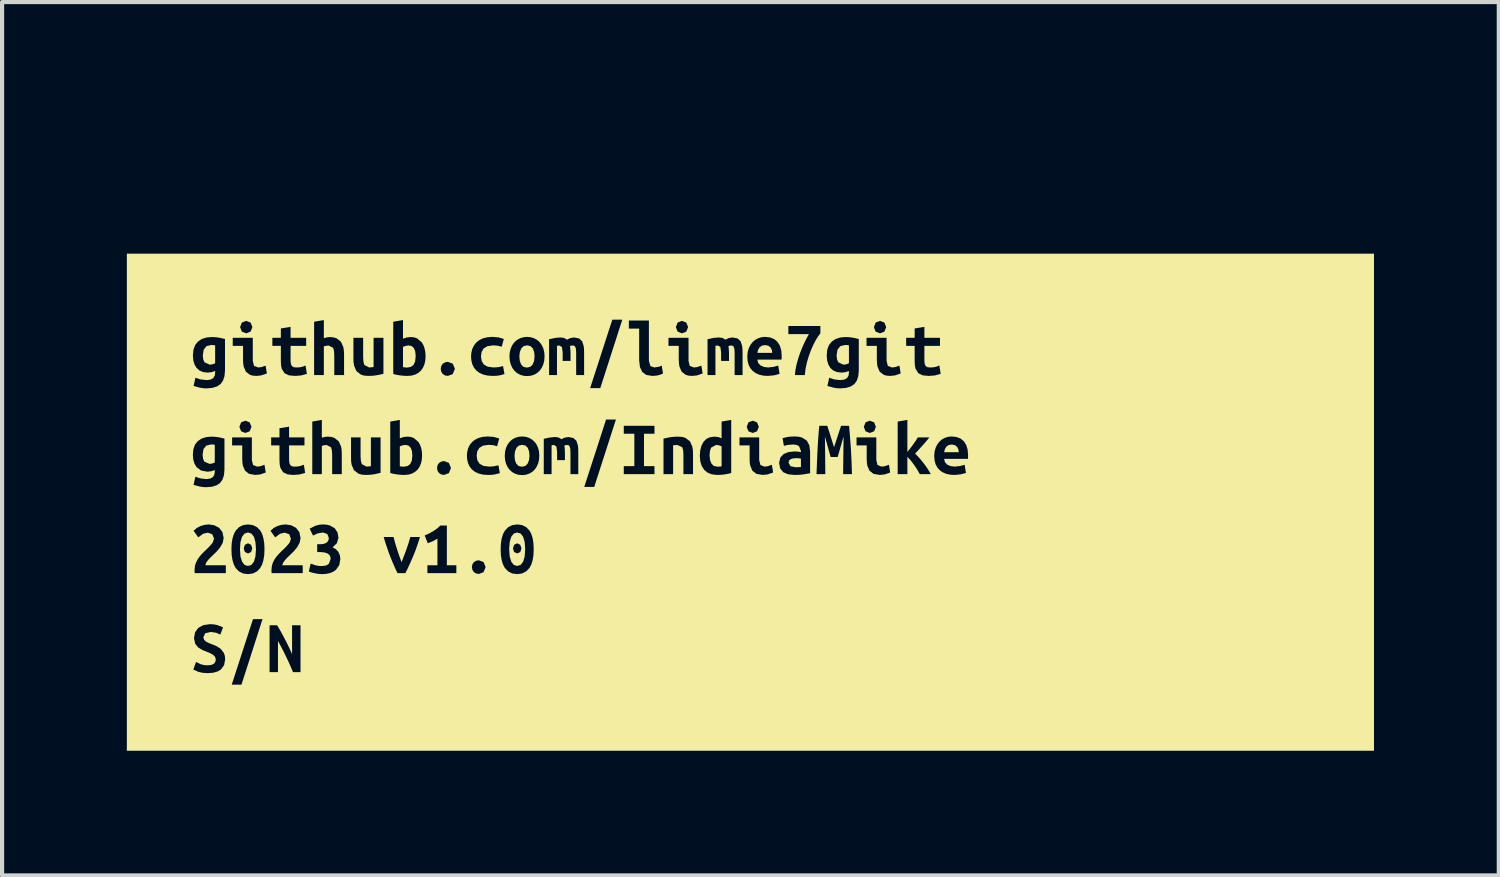
<source format=kicad_pcb>
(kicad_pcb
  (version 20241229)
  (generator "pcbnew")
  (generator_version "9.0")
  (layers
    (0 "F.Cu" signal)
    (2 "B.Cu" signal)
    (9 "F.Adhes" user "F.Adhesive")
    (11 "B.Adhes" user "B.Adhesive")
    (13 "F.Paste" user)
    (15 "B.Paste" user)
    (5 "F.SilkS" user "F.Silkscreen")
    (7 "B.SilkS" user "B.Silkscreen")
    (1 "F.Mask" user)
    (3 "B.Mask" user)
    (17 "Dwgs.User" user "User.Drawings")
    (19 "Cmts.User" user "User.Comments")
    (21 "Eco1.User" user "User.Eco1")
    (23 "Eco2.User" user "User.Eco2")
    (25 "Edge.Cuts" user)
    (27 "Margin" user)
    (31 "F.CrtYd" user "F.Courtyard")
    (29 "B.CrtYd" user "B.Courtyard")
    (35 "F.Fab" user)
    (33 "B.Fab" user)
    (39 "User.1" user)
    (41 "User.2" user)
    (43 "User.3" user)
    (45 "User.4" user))
  (footprint "kibuzzard-645FAD74"
    (layer "F.Cu")
    (at 14.994 9.025)
    (property "Reference" "kibuzzard-645FAD74" (at 0 -9.024 0) (layer "F.SilkS") (effects (font (size 0.001 0.001) (thickness 0.15))))
    (attr board_only exclude_from_pos_files exclude_from_bom)
    (fp_poly (pts (xy 0.525 -3.59) (xy 0.516 -3.659) (xy 0.485 -3.719) (xy 0.432 -3.762) (xy 0.352 -3.778) (xy 0.273 -3.763) (xy 0.218 -3.721) (xy 0.183 -3.66) (xy 0.167 -3.59) (xy 0.525 -3.59)) (stroke (width 0) (type solid)) (fill yes) (layer "F.SilkS"))
    (fp_poly (pts (xy 5.011 -1.201) (xy 5.001 -1.269) (xy 4.971 -1.328) (xy 4.919 -1.371) (xy 4.84 -1.387) (xy 4.762 -1.372) (xy 4.707 -1.33) (xy 4.674 -1.27) (xy 4.658 -1.201) (xy 5.011 -1.201)) (stroke (width 0) (type solid)) (fill yes) (layer "F.SilkS"))
    (fp_poly (pts (xy -13.172 -1.144) (xy -13.162 -1.048) (xy -13.133 -0.978) (xy -13.009 -0.921) (xy -12.939 -0.93) (xy -12.88 -0.955) (xy -12.88 -1.379) (xy -12.926 -1.387) (xy -12.97 -1.388) (xy -13.082 -1.361) (xy -13.15 -1.28) (xy -13.172 -1.144)) (stroke (width 0) (type solid)) (fill yes) (layer "F.SilkS"))
    (fp_poly (pts (xy -13.168 -3.533) (xy -13.158 -3.435) (xy -13.128 -3.364) (xy -13.002 -3.306) (xy -12.931 -3.316) (xy -12.871 -3.34) (xy -12.871 -3.771) (xy -12.918 -3.778) (xy -12.962 -3.78) (xy -13.076 -3.753) (xy -13.145 -3.67) (xy -13.168 -3.533)) (stroke (width 0) (type solid)) (fill yes) (layer "F.SilkS"))
    (fp_poly (pts (xy 1.079 -0.84) (xy 1.152 -0.841) (xy 1.214 -0.846) (xy 1.214 -1.049) (xy 1.159 -1.055) (xy 1.101 -1.058) (xy 1.032 -1.053) (xy 0.973 -1.037) (xy 0.932 -1.006) (xy 0.917 -0.951) (xy 0.962 -0.866) (xy 1.079 -0.84)) (stroke (width 0) (type solid)) (fill yes) (layer "F.SilkS"))
    (fp_poly (pts (xy 2.072 -3.533) (xy 2.082 -3.435) (xy 2.112 -3.364) (xy 2.238 -3.306) (xy 2.309 -3.316) (xy 2.369 -3.34) (xy 2.369 -3.771) (xy 2.322 -3.778) (xy 2.278 -3.78) (xy 2.164 -3.753) (xy 2.095 -3.67) (xy 2.072 -3.533)) (stroke (width 0) (type solid)) (fill yes) (layer "F.SilkS"))
    (fp_poly (pts (xy -0.982 -1.122) (xy -0.971 -1.014) (xy -0.938 -0.929) (xy -0.881 -0.872) (xy -0.796 -0.854) (xy -0.744 -0.855) (xy -0.693 -0.861) (xy -0.693 -1.342) (xy -0.753 -1.367) (xy -0.825 -1.377) (xy -0.945 -1.311) (xy -0.973 -1.231) (xy -0.982 -1.122)) (stroke (width 0) (type solid)) (fill yes) (layer "F.SilkS"))
    (fp_poly (pts (xy -8.129 -1.122) (xy -8.139 -1.231) (xy -8.17 -1.311) (xy -8.221 -1.361) (xy -8.293 -1.377) (xy -8.367 -1.367) (xy -8.43 -1.342) (xy -8.43 -0.863) (xy -8.374 -0.855) (xy -8.324 -0.854) (xy -8.244 -0.869) (xy -8.182 -0.915) (xy -8.142 -0.997) (xy -8.129 -1.122)) (stroke (width 0) (type solid)) (fill yes) (layer "F.SilkS"))
    (fp_poly (pts (xy -8.049 -3.51) (xy -8.059 -3.621) (xy -8.09 -3.702) (xy -8.142 -3.752) (xy -8.215 -3.769) (xy -8.29 -3.758) (xy -8.354 -3.733) (xy -8.354 -3.247) (xy -8.298 -3.239) (xy -8.247 -3.237) (xy -8.165 -3.253) (xy -8.102 -3.299) (xy -8.062 -3.383) (xy -8.049 -3.51)) (stroke (width 0) (type solid)) (fill yes) (layer "F.SilkS"))
    (fp_poly (pts (xy -5.672 -1.116) (xy -5.662 -1.009) (xy -5.63 -0.925) (xy -5.575 -0.87) (xy -5.494 -0.852) (xy -5.415 -0.87) (xy -5.358 -0.925) (xy -5.324 -1.009) (xy -5.312 -1.116) (xy -5.323 -1.223) (xy -5.354 -1.307) (xy -5.409 -1.361) (xy -5.49 -1.379) (xy -5.569 -1.361) (xy -5.626 -1.307) (xy -5.661 -1.223) (xy -5.672 -1.116)) (stroke (width 0) (type solid)) (fill yes) (layer "F.SilkS"))
    (fp_poly (pts (xy -5.556 -3.504) (xy -5.545 -3.396) (xy -5.513 -3.31) (xy -5.457 -3.254) (xy -5.375 -3.236) (xy -5.294 -3.254) (xy -5.236 -3.31) (xy -5.201 -3.396) (xy -5.19 -3.504) (xy -5.2 -3.612) (xy -5.233 -3.698) (xy -5.289 -3.753) (xy -5.371 -3.771) (xy -5.451 -3.753) (xy -5.509 -3.698) (xy -5.544 -3.612) (xy -5.556 -3.504)) (stroke (width 0) (type solid)) (fill yes) (layer "F.SilkS"))
    (fp_poly (pts (xy -11.889 1.131) (xy -11.902 0.958) (xy -11.938 0.832) (xy -11.999 0.755) (xy -12.082 0.729) (xy -12.164 0.755) (xy -12.224 0.832) (xy -12.262 0.958) (xy -12.274 1.131) (xy -12.262 1.305) (xy -12.224 1.431) (xy -12.164 1.508) (xy -12.082 1.534) (xy -12.08 1.533) (xy -12.08 1.234) (xy -12.156 1.198) (xy -12.183 1.112) (xy -12.156 1.025) (xy -12.08 0.988) (xy -12.007 1.025) (xy -11.978 1.112) (xy -12.007 1.198) (xy -12.08 1.234) (xy -12.08 1.533) (xy -11.999 1.508) (xy -11.938 1.431) (xy -11.902 1.305) (xy -11.889 1.131)) (stroke (width 0) (type solid)) (fill yes) (layer "F.SilkS"))
    (fp_poly (pts (xy -5.416 1.131) (xy -5.428 0.958) (xy -5.465 0.832) (xy -5.525 0.755) (xy -5.608 0.729) (xy -5.69 0.755) (xy -5.751 0.832) (xy -5.788 0.958) (xy -5.801 1.131) (xy -5.788 1.305) (xy -5.751 1.431) (xy -5.69 1.508) (xy -5.608 1.534) (xy -5.607 1.533) (xy -5.607 1.234) (xy -5.682 1.198) (xy -5.71 1.112) (xy -5.682 1.025) (xy -5.607 0.988) (xy -5.534 1.025) (xy -5.505 1.112) (xy -5.534 1.198) (xy -5.607 1.234) (xy -5.607 1.533) (xy -5.525 1.508) (xy -5.465 1.431) (xy -5.428 1.305) (xy -5.416 1.131)) (stroke (width 0) (type solid)) (fill yes) (layer "F.SilkS"))
    (fp_poly (pts (xy -13.407 -5.976) (xy -14.994 -5.976) (xy -14.994 5.976) (xy -13.407 5.976) (xy -13.046 5.976) (xy -13.046 4.111) (xy -13.172 4.103) (xy -13.27 4.081) (xy -13.396 4.025) (xy -13.33 3.843) (xy -13.213 3.898) (xy -13.137 3.917) (xy -13.046 3.923) (xy -12.952 3.911) (xy -12.893 3.879) (xy -12.863 3.831) (xy -12.855 3.777) (xy -12.875 3.715) (xy -12.926 3.667) (xy -12.995 3.629) (xy -13.071 3.597) (xy -13.177 3.555) (xy -13.277 3.495) (xy -13.35 3.405) (xy -13.38 3.271) (xy -13.354 3.129) (xy -13.277 3.023) (xy -13.154 2.956) (xy -12.993 2.933) (xy -12.896 2.939) (xy -12.812 2.957) (xy -12.681 3.01) (xy -12.747 3.183) (xy -12.848 3.139) (xy -12.977 3.121) (xy -13.111 3.153) (xy -13.155 3.251) (xy -13.137 3.308) (xy -13.091 3.352) (xy -13.027 3.385) (xy -12.957 3.413) (xy -12.846 3.457) (xy -12.741 3.523) (xy -12.661 3.625) (xy -12.638 3.694) (xy -12.63 3.779) (xy -12.656 3.92) (xy -12.733 4.024) (xy -12.814 4.072) (xy -12.918 4.101) (xy -13.046 4.111) (xy -13.046 5.976) (xy -12.614 5.976) (xy -12.614 1.706) (xy -13.362 1.706) (xy -13.366 1.66) (xy -13.365 1.621) (xy -13.357 1.532) (xy -13.331 1.451) (xy -13.292 1.376) (xy -13.244 1.307) (xy -13.19 1.244) (xy -13.131 1.185) (xy -13.019 1.077) (xy -12.932 0.977) (xy -12.897 0.879) (xy -12.94 0.771) (xy -13.047 0.733) (xy -13.16 0.759) (xy -13.277 0.846) (xy -13.389 0.687) (xy -13.31 0.619) (xy -13.218 0.572) (xy -13.121 0.545) (xy -13.086 0.541) (xy -13.086 -0.36) (xy -13.167 -0.364) (xy -13.245 -0.377) (xy -13.39 -0.416) (xy -13.347 -0.611) (xy -13.232 -0.573) (xy -13.082 -0.555) (xy -12.983 -0.569) (xy -12.921 -0.608) (xy -12.889 -0.665) (xy -12.88 -0.735) (xy -12.88 -0.771) (xy -12.969 -0.743) (xy -13.056 -0.733) (xy -13.208 -0.761) (xy -13.318 -0.842) (xy -13.367 -0.924) (xy -13.397 -1.025) (xy -13.407 -1.144) (xy -13.394 -1.277) (xy -13.354 -1.386) (xy -13.287 -1.469) (xy -13.197 -1.529) (xy -13.088 -1.564) (xy -13.08 -1.565) (xy -13.08 -2.736) (xy -13.162 -2.741) (xy -13.241 -2.754) (xy -13.389 -2.794) (xy -13.345 -2.992) (xy -13.229 -2.953) (xy -13.076 -2.935) (xy -12.975 -2.949) (xy -12.913 -2.988) (xy -12.88 -3.046) (xy -12.871 -3.117) (xy -12.871 -3.154) (xy -12.961 -3.125) (xy -13.05 -3.116) (xy -13.157 -3.128) (xy -13.246 -3.165) (xy -13.316 -3.226) (xy -13.366 -3.309) (xy -13.396 -3.411) (xy -13.406 -3.533) (xy -13.392 -3.668) (xy -13.352 -3.777) (xy -13.284 -3.862) (xy -13.193 -3.923) (xy -13.083 -3.959) (xy -12.953 -3.971) (xy -12.852 -3.966) (xy -12.746 -3.95) (xy -12.634 -3.923) (xy -12.634 -3.165) (xy -12.646 -3.032) (xy -12.681 -2.924) (xy -12.74 -2.841) (xy -12.825 -2.783) (xy -12.938 -2.748) (xy -13.08 -2.736) (xy -13.08 -1.565) (xy -12.96 -1.576) (xy -12.861 -1.571) (xy -12.757 -1.555) (xy -12.647 -1.529) (xy -12.647 -0.782) (xy -12.658 -0.651) (xy -12.693 -0.544) (xy -12.751 -0.463) (xy -12.834 -0.406) (xy -12.946 -0.371) (xy -13.086 -0.36) (xy -13.086 0.541) (xy -13.025 0.535) (xy -12.89 0.556) (xy -12.775 0.617) (xy -12.696 0.719) (xy -12.666 0.863) (xy -12.688 0.976) (xy -12.748 1.083) (xy -12.831 1.183) (xy -12.925 1.275) (xy -12.981 1.328) (xy -13.04 1.391) (xy -13.087 1.456) (xy -13.106 1.517) (xy -12.614 1.517) (xy -12.614 1.706) (xy -12.614 5.976) (xy -12.238 5.976) (xy -12.238 4.388) (xy -12.472 4.388) (xy -12.082 3.185) (xy -12.082 1.73) (xy -12.201 1.714) (xy -12.3 1.664) (xy -12.378 1.582) (xy -12.422 1.498) (xy -12.454 1.395) (xy -12.473 1.273) (xy -12.479 1.131) (xy -12.473 0.99) (xy -12.453 0.869) (xy -12.421 0.767) (xy -12.376 0.683) (xy -12.297 0.601) (xy -12.199 0.552) (xy -12.082 0.535) (xy -11.963 0.552) (xy -11.904 0.581) (xy -11.904 -0.655) (xy -12.055 -0.681) (xy -12.152 -0.757) (xy -12.204 -0.878) (xy -12.215 -0.954) (xy -12.219 -1.041) (xy -12.219 -1.366) (xy -12.463 -1.366) (xy -12.463 -1.557) (xy -12.144 -1.557) (xy -12.144 -1.664) (xy -12.246 -1.704) (xy -12.288 -1.811) (xy -12.246 -1.92) (xy -12.144 -1.959) (xy -12.041 -1.92) (xy -11.997 -1.811) (xy -12.041 -1.704) (xy -12.144 -1.664) (xy -12.144 -1.557) (xy -11.988 -1.557) (xy -11.988 -1.011) (xy -11.959 -0.894) (xy -11.88 -0.862) (xy -11.88 -3.036) (xy -11.964 -3.042) (xy -12.033 -3.062) (xy -12.133 -3.139) (xy -12.185 -3.262) (xy -12.196 -3.34) (xy -12.2 -3.428) (xy -12.2 -3.758) (xy -12.448 -3.758) (xy -12.448 -3.952) (xy -12.124 -3.952) (xy -12.124 -4.06) (xy -12.228 -4.1) (xy -12.271 -4.209) (xy -12.228 -4.319) (xy -12.124 -4.359) (xy -12.019 -4.319) (xy -11.975 -4.209) (xy -12.019 -4.1) (xy -12.124 -4.06) (xy -12.124 -3.952) (xy -11.966 -3.952) (xy -11.966 -3.397) (xy -11.936 -3.278) (xy -11.838 -3.239) (xy -11.76 -3.248) (xy -11.657 -3.283) (xy -11.627 -3.095) (xy -11.763 -3.048) (xy -11.88 -3.036) (xy -11.88 -0.862) (xy -11.862 -0.855) (xy -11.785 -0.864) (xy -11.684 -0.899) (xy -11.654 -0.713) (xy -11.788 -0.667) (xy -11.904 -0.655) (xy -11.904 0.581) (xy -11.864 0.601) (xy -11.786 0.682) (xy -11.741 0.765) (xy -11.71 0.868) (xy -11.69 0.99) (xy -11.684 1.131) (xy -11.69 1.273) (xy -11.71 1.395) (xy -11.741 1.498) (xy -11.786 1.582) (xy -11.864 1.664) (xy -11.963 1.714) (xy -12.082 1.73) (xy -12.082 3.185) (xy -11.961 2.813) (xy -11.732 2.813) (xy -12.238 4.388) (xy -12.238 5.976) (xy -10.999 5.976) (xy -10.999 4.087) (xy -11.051 3.962) (xy -11.107 3.837) (xy -11.166 3.713) (xy -11.227 3.588) (xy -11.292 3.463) (xy -11.36 3.338) (xy -11.36 4.087) (xy -11.562 4.087) (xy -11.562 2.959) (xy -11.382 2.959) (xy -11.331 3.042) (xy -11.279 3.133) (xy -11.229 3.227) (xy -11.18 3.32) (xy -11.134 3.411) (xy -11.091 3.5) (xy -11.053 3.582) (xy -11.021 3.653) (xy -11.021 2.959) (xy -10.818 2.959) (xy -10.818 4.087) (xy -10.999 4.087) (xy -10.999 5.976) (xy -10.765 5.976) (xy -10.765 1.706) (xy -11.512 1.706) (xy -11.517 1.66) (xy -11.516 1.621) (xy -11.507 1.532) (xy -11.482 1.451) (xy -11.443 1.376) (xy -11.395 1.307) (xy -11.34 1.244) (xy -11.282 1.185) (xy -11.169 1.077) (xy -11.082 0.977) (xy -11.048 0.879) (xy -11.09 0.771) (xy -11.198 0.733) (xy -11.31 0.759) (xy -11.427 0.846) (xy -11.54 0.687) (xy -11.46 0.619) (xy -11.369 0.572) (xy -11.272 0.545) (xy -11.175 0.535) (xy -11.04 0.556) (xy -10.988 0.584) (xy -10.988 -0.655) (xy -11.13 -0.668) (xy -11.235 -0.718) (xy -11.301 -0.824) (xy -11.318 -0.903) (xy -11.324 -1.004) (xy -11.324 -1.366) (xy -11.524 -1.366) (xy -11.524 -1.557) (xy -11.324 -1.557) (xy -11.324 -1.779) (xy -11.093 -1.816) (xy -11.093 -1.557) (xy -10.95 -1.557) (xy -10.95 -3.036) (xy -11.095 -3.049) (xy -11.202 -3.1) (xy -11.269 -3.208) (xy -11.286 -3.288) (xy -11.291 -3.39) (xy -11.291 -3.758) (xy -11.495 -3.758) (xy -11.495 -3.952) (xy -11.291 -3.952) (xy -11.291 -4.177) (xy -11.057 -4.215) (xy -11.057 -3.952) (xy -10.682 -3.952) (xy -10.682 -3.758) (xy -11.057 -3.758) (xy -11.057 -3.396) (xy -11.048 -3.316) (xy -11.021 -3.268) (xy -10.979 -3.245) (xy -10.924 -3.239) (xy -10.864 -3.241) (xy -10.81 -3.248) (xy -10.757 -3.262) (xy -10.697 -3.287) (xy -10.665 -3.085) (xy -10.805 -3.047) (xy -10.95 -3.036) (xy -10.95 -1.557) (xy -10.723 -1.557) (xy -10.723 -1.366) (xy -11.093 -1.366) (xy -11.093 -1.009) (xy -11.083 -0.93) (xy -11.057 -0.884) (xy -11.016 -0.861) (xy -10.961 -0.855) (xy -10.902 -0.857) (xy -10.85 -0.864) (xy -10.797 -0.878) (xy -10.738 -0.902) (xy -10.706 -0.703) (xy -10.844 -0.666) (xy -10.988 -0.655) (xy -10.988 0.584) (xy -10.926 0.617) (xy -10.846 0.719) (xy -10.817 0.863) (xy -10.839 0.976) (xy -10.898 1.083) (xy -10.981 1.183) (xy -11.076 1.275) (xy -11.131 1.328) (xy -11.19 1.391) (xy -11.237 1.456) (xy -11.257 1.517) (xy -10.765 1.517) (xy -10.765 1.706) (xy -10.765 5.976) (xy -10.301 5.976) (xy -10.301 1.73) (xy -10.39 1.724) (xy -10.481 1.708) (xy -10.561 1.688) (xy -10.619 1.667) (xy -10.574 1.477) (xy -10.464 1.516) (xy -10.39 1.531) (xy -10.303 1.536) (xy -10.203 1.523) (xy -10.139 1.486) (xy -10.092 1.362) (xy -10.11 1.285) (xy -10.164 1.235) (xy -10.246 1.208) (xy -10.347 1.199) (xy -10.417 1.199) (xy -10.417 1.011) (xy -10.332 1.011) (xy -10.262 1.003) (xy -10.199 0.979) (xy -10.154 0.935) (xy -10.136 0.864) (xy -10.174 0.766) (xy -10.278 0.729) (xy -10.407 0.751) (xy -10.517 0.803) (xy -10.598 0.637) (xy -10.535 0.605) (xy -10.535 -0.675) (xy -10.535 -1.938) (xy -10.491 -1.946) (xy -10.491 -3.056) (xy -10.491 -4.339) (xy -10.257 -4.379) (xy -10.257 -3.944) (xy -10.188 -3.962) (xy -10.118 -3.971) (xy -10.027 -3.963) (xy -9.952 -3.941) (xy -9.846 -3.858) (xy -9.788 -3.728) (xy -9.776 -3.649) (xy -9.771 -3.561) (xy -9.771 -3.056) (xy -10.006 -3.056) (xy -10.006 -3.531) (xy -10.013 -3.639) (xy -10.034 -3.712) (xy -10.143 -3.767) (xy -10.207 -3.759) (xy -10.257 -3.746) (xy -10.257 -3.056) (xy -10.491 -3.056) (xy -10.491 -1.946) (xy -10.305 -1.978) (xy -10.305 -1.55) (xy -10.237 -1.568) (xy -10.167 -1.576) (xy -10.078 -1.569) (xy -10.004 -1.547) (xy -9.899 -1.464) (xy -9.843 -1.337) (xy -9.83 -1.259) (xy -9.826 -1.173) (xy -9.826 -0.675) (xy -10.057 -0.675) (xy -10.057 -1.143) (xy -10.064 -1.249) (xy -10.085 -1.321) (xy -10.192 -1.375) (xy -10.255 -1.368) (xy -10.305 -1.355) (xy -10.305 -0.675) (xy -10.535 -0.675) (xy -10.535 0.605) (xy -10.466 0.57) (xy -10.379 0.544) (xy -10.28 0.535) (xy -10.19 0.541) (xy -10.113 0.559) (xy -9.995 0.627) (xy -9.927 0.729) (xy -9.905 0.857) (xy -9.944 0.988) (xy -10.047 1.085) (xy -9.968 1.13) (xy -9.909 1.194) (xy -9.873 1.273) (xy -9.86 1.366) (xy -9.886 1.512) (xy -9.966 1.627) (xy -10.027 1.671) (xy -10.103 1.703) (xy -10.194 1.723) (xy -10.301 1.73) (xy -10.301 5.976) (xy -9.246 5.976) (xy -9.246 -0.655) (xy -9.345 -0.662) (xy -9.424 -0.685) (xy -9.534 -0.77) (xy -9.589 -0.9) (xy -9.601 -0.979) (xy -9.604 -1.066) (xy -9.604 -1.557) (xy -9.374 -1.557) (xy -9.374 -1.096) (xy -9.366 -0.989) (xy -9.344 -0.915) (xy -9.231 -0.855) (xy -9.183 -0.86) (xy -9.183 -3.036) (xy -9.283 -3.043) (xy -9.364 -3.066) (xy -9.475 -3.153) (xy -9.531 -3.285) (xy -9.543 -3.365) (xy -9.546 -3.453) (xy -9.546 -3.952) (xy -9.312 -3.952) (xy -9.312 -3.483) (xy -9.305 -3.375) (xy -9.283 -3.299) (xy -9.167 -3.239) (xy -9.061 -3.249) (xy -9.061 -3.952) (xy -8.824 -3.952) (xy -8.824 -3.087) (xy -8.896 -3.07) (xy -8.982 -3.053) (xy -9.078 -3.04) (xy -9.183 -3.036) (xy -9.183 -0.86) (xy -9.126 -0.865) (xy -9.126 -1.557) (xy -8.893 -1.557) (xy -8.893 -0.705) (xy -9.048 -0.671) (xy -9.143 -0.659) (xy -9.246 -0.655) (xy -9.246 5.976) (xy -8.486 5.976) (xy -8.486 1.706) (xy -8.542 1.59) (xy -8.598 1.461) (xy -8.656 1.32) (xy -8.698 1.207) (xy -8.739 1.089) (xy -8.78 0.965) (xy -8.819 0.837) (xy -8.581 0.837) (xy -8.541 0.987) (xy -8.517 1.066) (xy -8.492 1.147) (xy -8.466 1.226) (xy -8.439 1.303) (xy -8.388 1.442) (xy -8.335 1.303) (xy -8.319 1.261) (xy -8.319 -0.655) (xy -8.41 -0.658) (xy -8.503 -0.668) (xy -8.589 -0.683) (xy -8.66 -0.701) (xy -8.66 -1.938) (xy -8.43 -1.978) (xy -8.43 -1.537) (xy -8.336 -1.568) (xy -8.246 -1.576) (xy -8.242 -1.576) (xy -8.242 -3.036) (xy -8.334 -3.039) (xy -8.428 -3.049) (xy -8.516 -3.064) (xy -8.588 -3.083) (xy -8.588 -4.339) (xy -8.354 -4.379) (xy -8.354 -3.931) (xy -8.259 -3.962) (xy -8.167 -3.971) (xy -8.085 -3.963) (xy -8.013 -3.938) (xy -7.902 -3.842) (xy -7.862 -3.774) (xy -7.834 -3.695) (xy -7.817 -3.604) (xy -7.811 -3.504) (xy -7.818 -3.402) (xy -7.84 -3.311) (xy -7.875 -3.231) (xy -7.923 -3.163) (xy -7.985 -3.109) (xy -8.059 -3.069) (xy -8.144 -3.044) (xy -8.242 -3.036) (xy -8.242 -1.576) (xy -8.164 -1.568) (xy -8.094 -1.543) (xy -7.984 -1.449) (xy -7.945 -1.383) (xy -7.917 -1.304) (xy -7.9 -1.215) (xy -7.895 -1.116) (xy -7.902 -1.016) (xy -7.923 -0.926) (xy -7.958 -0.847) (xy -8.005 -0.78) (xy -8.066 -0.727) (xy -8.139 -0.687) (xy -8.223 -0.663) (xy -8.319 -0.655) (xy -8.319 1.261) (xy -8.305 1.226) (xy -8.276 1.147) (xy -8.248 1.066) (xy -8.221 0.987) (xy -8.177 0.837) (xy -7.946 0.837) (xy -7.986 0.965) (xy -8.028 1.089) (xy -8.072 1.207) (xy -8.118 1.32) (xy -8.18 1.461) (xy -8.239 1.59) (xy -8.296 1.706) (xy -8.486 1.706) (xy -8.486 5.976) (xy -7.071 5.976) (xy -7.071 1.706) (xy -7.767 1.706) (xy -7.767 1.517) (xy -7.526 1.517) (xy -7.526 0.877) (xy -7.645 0.943) (xy -7.758 0.988) (xy -7.832 0.8) (xy -7.735 0.757) (xy -7.632 0.7) (xy -7.534 0.633) (xy -7.454 0.561) (xy -7.367 0.561) (xy -7.367 -0.655) (xy -7.431 -0.666) (xy -7.485 -0.699) (xy -7.522 -0.751) (xy -7.536 -0.823) (xy -7.522 -0.894) (xy -7.485 -0.945) (xy -7.431 -0.977) (xy -7.367 -0.989) (xy -7.276 -0.955) (xy -7.276 -3.036) (xy -7.34 -3.047) (xy -7.395 -3.08) (xy -7.433 -3.134) (xy -7.447 -3.207) (xy -7.433 -3.278) (xy -7.395 -3.331) (xy -7.34 -3.363) (xy -7.276 -3.375) (xy -7.158 -3.331) (xy -7.106 -3.207) (xy -7.158 -3.079) (xy -7.276 -3.036) (xy -7.276 -0.955) (xy -7.251 -0.945) (xy -7.2 -0.823) (xy -7.251 -0.698) (xy -7.367 -0.655) (xy -7.367 0.561) (xy -7.299 0.561) (xy -7.299 1.517) (xy -7.071 1.517) (xy -7.071 1.706) (xy -7.071 5.976) (xy -6.531 5.976) (xy -6.531 1.726) (xy -6.594 1.715) (xy -6.647 1.683) (xy -6.684 1.631) (xy -6.698 1.56) (xy -6.684 1.491) (xy -6.647 1.44) (xy -6.594 1.408) (xy -6.531 1.397) (xy -6.417 1.44) (xy -6.367 1.56) (xy -6.417 1.684) (xy -6.531 1.726) (xy -6.531 5.976) (xy -6.307 5.976) (xy -6.307 -0.655) (xy -6.432 -0.663) (xy -6.539 -0.69) (xy -6.627 -0.732) (xy -6.697 -0.788) (xy -6.751 -0.855) (xy -6.788 -0.934) (xy -6.81 -1.022) (xy -6.817 -1.116) (xy -6.81 -1.209) (xy -6.787 -1.296) (xy -6.749 -1.376) (xy -6.695 -1.444) (xy -6.625 -1.5) (xy -6.539 -1.543) (xy -6.435 -1.571) (xy -6.312 -1.58) (xy -6.199 -1.571) (xy -6.199 -3.036) (xy -6.327 -3.045) (xy -6.435 -3.072) (xy -6.524 -3.115) (xy -6.596 -3.171) (xy -6.65 -3.239) (xy -6.688 -3.319) (xy -6.71 -3.408) (xy -6.718 -3.504) (xy -6.71 -3.598) (xy -6.687 -3.687) (xy -6.648 -3.767) (xy -6.594 -3.837) (xy -6.523 -3.894) (xy -6.435 -3.938) (xy -6.329 -3.965) (xy -6.205 -3.975) (xy -6.06 -3.963) (xy -5.929 -3.925) (xy -5.98 -3.737) (xy -6.065 -3.76) (xy -6.184 -3.771) (xy -6.324 -3.751) (xy -6.415 -3.696) (xy -6.464 -3.611) (xy -6.479 -3.504) (xy -6.462 -3.394) (xy -6.41 -3.31) (xy -6.316 -3.257) (xy -6.173 -3.239) (xy -6.057 -3.247) (xy -5.948 -3.272) (xy -5.914 -3.079) (xy -6.034 -3.048) (xy -6.11 -3.039) (xy -6.199 -3.036) (xy -6.199 -1.571) (xy -6.17 -1.569) (xy -6.04 -1.531) (xy -6.091 -1.345) (xy -6.175 -1.369) (xy -6.292 -1.379) (xy -6.43 -1.359) (xy -6.519 -1.305) (xy -6.568 -1.221) (xy -6.583 -1.116) (xy -6.566 -1.007) (xy -6.514 -0.925) (xy -6.422 -0.873) (xy -6.281 -0.855) (xy -6.167 -0.863) (xy -6.059 -0.887) (xy -6.025 -0.698) (xy -6.144 -0.667) (xy -6.219 -0.658) (xy -6.307 -0.655) (xy -6.307 5.976) (xy -5.608 5.976) (xy -5.608 1.73) (xy -5.728 1.714) (xy -5.826 1.664) (xy -5.904 1.582) (xy -5.949 1.498) (xy -5.981 1.395) (xy -6 1.273) (xy -6.006 1.131) (xy -6 0.99) (xy -5.98 0.869) (xy -5.948 0.767) (xy -5.903 0.683) (xy -5.824 0.601) (xy -5.726 0.552) (xy -5.608 0.535) (xy -5.49 0.551) (xy -5.49 -0.651) (xy -5.58 -0.659) (xy -5.66 -0.685) (xy -5.731 -0.725) (xy -5.792 -0.78) (xy -5.841 -0.848) (xy -5.877 -0.928) (xy -5.9 -1.018) (xy -5.907 -1.118) (xy -5.899 -1.217) (xy -5.876 -1.307) (xy -5.839 -1.386) (xy -5.79 -1.453) (xy -5.729 -1.507) (xy -5.657 -1.547) (xy -5.577 -1.572) (xy -5.49 -1.58) (xy -5.402 -1.572) (xy -5.371 -1.562) (xy -5.371 -3.032) (xy -5.461 -3.04) (xy -5.543 -3.066) (xy -5.615 -3.107) (xy -5.676 -3.163) (xy -5.726 -3.232) (xy -5.763 -3.313) (xy -5.786 -3.404) (xy -5.794 -3.506) (xy -5.786 -3.606) (xy -5.762 -3.698) (xy -5.725 -3.778) (xy -5.675 -3.846) (xy -5.613 -3.901) (xy -5.54 -3.941) (xy -5.459 -3.966) (xy -5.371 -3.975) (xy -5.281 -3.966) (xy -5.2 -3.941) (xy -5.128 -3.901) (xy -5.067 -3.846) (xy -5.017 -3.778) (xy -4.98 -3.698) (xy -4.957 -3.606) (xy -4.95 -3.506) (xy -4.957 -3.404) (xy -4.98 -3.313) (xy -5.017 -3.232) (xy -5.066 -3.163) (xy -5.127 -3.107) (xy -5.198 -3.066) (xy -5.28 -3.04) (xy -5.371 -3.032) (xy -5.371 -1.562) (xy -5.322 -1.547) (xy -5.252 -1.507) (xy -5.191 -1.453) (xy -5.142 -1.386) (xy -5.106 -1.307) (xy -5.083 -1.217) (xy -5.076 -1.118) (xy -5.083 -1.018) (xy -5.106 -0.928) (xy -5.142 -0.848) (xy -5.19 -0.78) (xy -5.25 -0.725) (xy -5.321 -0.685) (xy -5.401 -0.659) (xy -5.49 -0.651) (xy -5.49 0.551) (xy -5.489 0.552) (xy -5.391 0.601) (xy -5.313 0.682) (xy -5.268 0.765) (xy -5.236 0.868) (xy -5.217 0.99) (xy -5.211 1.131) (xy -5.217 1.273) (xy -5.236 1.395) (xy -5.268 1.498) (xy -5.313 1.582) (xy -5.391 1.664) (xy -5.489 1.714) (xy -5.608 1.73) (xy -5.608 5.976) (xy -4.139 5.976) (xy -4.139 -0.675) (xy -4.327 -0.675) (xy -4.327 -1.214) (xy -4.333 -1.298) (xy -4.35 -1.347) (xy -4.375 -1.37) (xy -4.404 -1.375) (xy -4.439 -1.372) (xy -4.473 -1.362) (xy -4.464 -1.283) (xy -4.46 -1.188) (xy -4.46 -1.011) (xy -4.648 -1.011) (xy -4.648 -1.214) (xy -4.666 -1.34) (xy -4.723 -1.375) (xy -4.75 -1.373) (xy -4.781 -1.368) (xy -4.781 -0.675) (xy -4.969 -0.675) (xy -4.969 -1.524) (xy -4.824 -1.555) (xy -4.698 -1.567) (xy -4.611 -1.555) (xy -4.544 -1.514) (xy -4.469 -1.551) (xy -4.379 -1.567) (xy -4.259 -1.544) (xy -4.185 -1.477) (xy -4.148 -1.363) (xy -4.141 -1.289) (xy -4.139 -1.203) (xy -4.139 -0.675) (xy -4.139 5.976) (xy -3.999 5.976) (xy -3.999 -3.056) (xy -4.19 -3.056) (xy -4.19 -3.603) (xy -4.196 -3.689) (xy -4.213 -3.738) (xy -4.238 -3.761) (xy -4.268 -3.767) (xy -4.304 -3.764) (xy -4.338 -3.754) (xy -4.329 -3.674) (xy -4.325 -3.577) (xy -4.325 -3.397) (xy -4.515 -3.397) (xy -4.515 -3.603) (xy -4.533 -3.731) (xy -4.592 -3.767) (xy -4.619 -3.765) (xy -4.651 -3.759) (xy -4.651 -3.056) (xy -4.841 -3.056) (xy -4.841 -3.918) (xy -4.694 -3.95) (xy -4.567 -3.961) (xy -4.478 -3.949) (xy -4.411 -3.908) (xy -4.334 -3.945) (xy -4.243 -3.961) (xy -4.121 -3.938) (xy -4.046 -3.87) (xy -4.009 -3.755) (xy -4.001 -3.679) (xy -3.999 -3.592) (xy -3.999 -3.056) (xy -3.999 5.976) (xy -3.756 5.976) (xy -3.756 -0.366) (xy -3.996 -0.366) (xy -3.61 -1.556) (xy -3.61 -2.742) (xy -3.854 -2.742) (xy -3.321 -4.388) (xy -3.081 -4.388) (xy -3.61 -2.742) (xy -3.61 -1.556) (xy -3.471 -1.987) (xy -3.234 -1.987) (xy -3.756 -0.366) (xy -3.756 5.976) (xy -3.045 5.976) (xy -3.045 -0.675) (xy -3.045 -0.867) (xy -2.791 -0.867) (xy -2.791 -1.646) (xy -3.045 -1.646) (xy -3.045 -1.837) (xy -2.365 -1.837) (xy -2.365 -3.036) (xy -2.505 -3.06) (xy -2.601 -3.132) (xy -2.657 -3.25) (xy -2.675 -3.413) (xy -2.675 -4.173) (xy -2.923 -4.173) (xy -2.923 -4.367) (xy -2.441 -4.367) (xy -2.441 -3.396) (xy -2.405 -3.272) (xy -2.313 -3.239) (xy -2.195 -3.258) (xy -2.132 -3.283) (xy -2.102 -3.095) (xy -2.127 -3.081) (xy -2.18 -3.061) (xy -2.259 -3.043) (xy -2.365 -3.036) (xy -2.365 -1.837) (xy -2.307 -1.837) (xy -2.307 -1.646) (xy -2.559 -1.646) (xy -2.559 -0.867) (xy -2.307 -0.867) (xy -2.307 -0.675) (xy -3.045 -0.675) (xy -3.045 5.976) (xy -1.38 5.976) (xy -1.38 -0.675) (xy -1.611 -0.675) (xy -1.611 -1.143) (xy -1.618 -1.249) (xy -1.639 -1.321) (xy -1.754 -1.375) (xy -1.805 -1.373) (xy -1.859 -1.368) (xy -1.859 -0.675) (xy -2.09 -0.675) (xy -2.09 -1.529) (xy -1.937 -1.561) (xy -1.842 -1.572) (xy -1.739 -1.576) (xy -1.642 -1.569) (xy -1.564 -1.547) (xy -1.454 -1.464) (xy -1.403 -1.349) (xy -1.403 -3.036) (xy -1.487 -3.042) (xy -1.556 -3.062) (xy -1.655 -3.139) (xy -1.707 -3.262) (xy -1.719 -3.34) (xy -1.723 -3.428) (xy -1.723 -3.758) (xy -1.97 -3.758) (xy -1.97 -3.952) (xy -1.646 -3.952) (xy -1.646 -4.06) (xy -1.75 -4.1) (xy -1.793 -4.209) (xy -1.75 -4.319) (xy -1.646 -4.359) (xy -1.542 -4.319) (xy -1.498 -4.209) (xy -1.542 -4.1) (xy -1.646 -4.06) (xy -1.646 -3.952) (xy -1.488 -3.952) (xy -1.488 -3.397) (xy -1.459 -3.278) (xy -1.361 -3.239) (xy -1.283 -3.248) (xy -1.18 -3.283) (xy -1.149 -3.095) (xy -1.285 -3.048) (xy -1.403 -3.036) (xy -1.403 -1.349) (xy -1.397 -1.337) (xy -1.384 -1.259) (xy -1.38 -1.173) (xy -1.38 -0.675) (xy -1.38 5.976) (xy -0.798 5.976) (xy -0.798 -0.655) (xy -0.925 -0.668) (xy -1.029 -0.709) (xy -1.111 -0.777) (xy -1.17 -0.868) (xy -1.205 -0.979) (xy -1.217 -1.111) (xy -1.207 -1.244) (xy -1.177 -1.358) (xy -1.128 -1.451) (xy -1.059 -1.521) (xy -0.971 -1.562) (xy -0.864 -1.576) (xy -0.772 -1.566) (xy -0.693 -1.537) (xy -0.693 -1.938) (xy -0.462 -1.978) (xy -0.462 -0.701) (xy -0.533 -0.683) (xy -0.618 -0.668) (xy -0.709 -0.658) (xy -0.798 -0.655) (xy -0.798 5.976) (xy 0.296 5.976) (xy 0.296 -0.655) (xy 0.145 -0.681) (xy 0.047 -0.757) (xy -0.004 -0.878) (xy -0.016 -0.954) (xy -0.019 -1.041) (xy -0.019 -1.366) (xy -0.263 -1.366) (xy -0.263 -1.557) (xy -0.189 -1.557) (xy -0.189 -3.056) (xy -0.38 -3.056) (xy -0.38 -3.603) (xy -0.386 -3.689) (xy -0.403 -3.738) (xy -0.428 -3.761) (xy -0.458 -3.767) (xy -0.494 -3.764) (xy -0.528 -3.754) (xy -0.519 -3.674) (xy -0.515 -3.577) (xy -0.515 -3.397) (xy -0.705 -3.397) (xy -0.705 -3.603) (xy -0.723 -3.731) (xy -0.782 -3.767) (xy -0.809 -3.765) (xy -0.841 -3.759) (xy -0.841 -3.056) (xy -1.031 -3.056) (xy -1.031 -3.918) (xy -0.884 -3.95) (xy -0.757 -3.961) (xy -0.668 -3.949) (xy -0.601 -3.908) (xy -0.524 -3.945) (xy -0.433 -3.961) (xy -0.311 -3.938) (xy -0.236 -3.87) (xy -0.199 -3.755) (xy -0.191 -3.679) (xy -0.189 -3.592) (xy -0.189 -3.056) (xy -0.189 -1.557) (xy 0.056 -1.557) (xy 0.056 -1.664) (xy -0.047 -1.704) (xy -0.089 -1.811) (xy -0.047 -1.92) (xy 0.056 -1.959) (xy 0.159 -1.92) (xy 0.202 -1.811) (xy 0.159 -1.704) (xy 0.056 -1.664) (xy 0.056 -1.557) (xy 0.211 -1.557) (xy 0.211 -1.011) (xy 0.241 -0.894) (xy 0.337 -0.855) (xy 0.414 -0.864) (xy 0.417 -0.865) (xy 0.417 -3.036) (xy 0.308 -3.043) (xy 0.212 -3.065) (xy 0.128 -3.102) (xy 0.058 -3.153) (xy 0.001 -3.218) (xy -0.041 -3.297) (xy -0.066 -3.389) (xy -0.075 -3.497) (xy -0.066 -3.607) (xy -0.039 -3.704) (xy 0.003 -3.786) (xy 0.057 -3.854) (xy 0.12 -3.906) (xy 0.192 -3.944) (xy 0.269 -3.967) (xy 0.348 -3.975) (xy 0.47 -3.962) (xy 0.57 -3.923) (xy 0.649 -3.858) (xy 0.706 -3.767) (xy 0.741 -3.653) (xy 0.752 -3.516) (xy 0.751 -3.468) (xy 0.748 -3.428) (xy 0.167 -3.428) (xy 0.185 -3.35) (xy 0.24 -3.29) (xy 0.322 -3.252) (xy 0.426 -3.239) (xy 0.561 -3.255) (xy 0.668 -3.285) (xy 0.701 -3.085) (xy 0.571 -3.05) (xy 0.417 -3.036) (xy 0.417 -0.865) (xy 0.516 -0.899) (xy 0.546 -0.713) (xy 0.411 -0.667) (xy 0.296 -0.655) (xy 0.296 5.976) (xy 1.062 5.976) (xy 1.062 -0.655) (xy 0.909 -0.67) (xy 0.791 -0.719) (xy 0.716 -0.809) (xy 0.69 -0.945) (xy 0.72 -1.075) (xy 0.801 -1.159) (xy 0.917 -1.205) (xy 1.054 -1.22) (xy 1.139 -1.216) (xy 1.214 -1.204) (xy 1.214 -1.233) (xy 1.172 -1.342) (xy 1.116 -1.376) (xy 1.03 -1.387) (xy 0.903 -1.377) (xy 0.805 -1.355) (xy 0.773 -1.54) (xy 0.895 -1.568) (xy 0.975 -1.577) (xy 1.058 -1.58) (xy 1.07 -1.579) (xy 1.07 -3.056) (xy 1.083 -3.182) (xy 1.11 -3.315) (xy 1.148 -3.45) (xy 1.193 -3.584) (xy 1.244 -3.714) (xy 1.299 -3.837) (xy 1.354 -3.947) (xy 1.407 -4.041) (xy 0.912 -4.041) (xy 0.912 -4.236) (xy 1.682 -4.236) (xy 1.682 -4.059) (xy 1.628 -3.988) (xy 1.569 -3.893) (xy 1.51 -3.779) (xy 1.454 -3.651) (xy 1.403 -3.511) (xy 1.359 -3.362) (xy 1.326 -3.209) (xy 1.308 -3.056) (xy 1.07 -3.056) (xy 1.07 -1.579) (xy 1.158 -1.574) (xy 1.239 -1.555) (xy 1.354 -1.483) (xy 1.416 -1.371) (xy 1.435 -1.221) (xy 1.435 -0.696) (xy 1.285 -0.67) (xy 1.179 -0.658) (xy 1.062 -0.655) (xy 1.062 5.976) (xy 2.441 5.976) (xy 2.441 -0.675) (xy 2.229 -0.675) (xy 2.24 -1.578) (xy 2.098 -1.086) (xy 1.929 -1.086) (xy 1.792 -1.578) (xy 1.801 -0.675) (xy 1.589 -0.675) (xy 1.595 -0.821) (xy 1.601 -0.972) (xy 1.608 -1.125) (xy 1.615 -1.278) (xy 1.624 -1.427) (xy 1.633 -1.572) (xy 1.644 -1.71) (xy 1.657 -1.837) (xy 1.848 -1.837) (xy 1.881 -1.736) (xy 1.923 -1.602) (xy 1.968 -1.458) (xy 2.011 -1.323) (xy 2.058 -1.466) (xy 2.105 -1.609) (xy 2.147 -1.738) (xy 2.16 -1.777) (xy 2.16 -2.736) (xy 2.078 -2.741) (xy 1.999 -2.754) (xy 1.851 -2.794) (xy 1.895 -2.992) (xy 2.011 -2.953) (xy 2.164 -2.935) (xy 2.265 -2.949) (xy 2.327 -2.988) (xy 2.36 -3.046) (xy 2.369 -3.117) (xy 2.369 -3.154) (xy 2.279 -3.125) (xy 2.19 -3.116) (xy 2.083 -3.128) (xy 1.994 -3.165) (xy 1.924 -3.226) (xy 1.874 -3.309) (xy 1.844 -3.411) (xy 1.834 -3.533) (xy 1.848 -3.668) (xy 1.888 -3.777) (xy 1.956 -3.862) (xy 2.047 -3.923) (xy 2.157 -3.959) (xy 2.287 -3.971) (xy 2.388 -3.966) (xy 2.494 -3.95) (xy 2.606 -3.923) (xy 2.606 -3.165) (xy 2.594 -3.032) (xy 2.559 -2.924) (xy 2.5 -2.841) (xy 2.415 -2.783) (xy 2.302 -2.748) (xy 2.16 -2.736) (xy 2.16 -1.777) (xy 2.18 -1.837) (xy 2.372 -1.837) (xy 2.385 -1.687) (xy 2.397 -1.54) (xy 2.408 -1.397) (xy 2.418 -1.254) (xy 2.425 -1.112) (xy 2.432 -0.969) (xy 2.437 -0.824) (xy 2.441 -0.675) (xy 2.441 5.976) (xy 3.111 5.976) (xy 3.111 -0.655) (xy 2.96 -0.681) (xy 2.863 -0.757) (xy 2.811 -0.878) (xy 2.8 -0.954) (xy 2.796 -1.041) (xy 2.796 -1.366) (xy 2.552 -1.366) (xy 2.552 -1.557) (xy 2.871 -1.557) (xy 2.871 -1.664) (xy 2.769 -1.704) (xy 2.726 -1.811) (xy 2.769 -1.92) (xy 2.871 -1.959) (xy 2.974 -1.92) (xy 3.017 -1.811) (xy 2.974 -1.704) (xy 2.871 -1.664) (xy 2.871 -1.557) (xy 3.027 -1.557) (xy 3.027 -1.011) (xy 3.056 -0.894) (xy 3.152 -0.855) (xy 3.229 -0.864) (xy 3.331 -0.899) (xy 3.36 -0.718) (xy 3.36 -3.036) (xy 3.276 -3.042) (xy 3.207 -3.062) (xy 3.107 -3.139) (xy 3.055 -3.262) (xy 3.044 -3.34) (xy 3.04 -3.428) (xy 3.04 -3.758) (xy 2.792 -3.758) (xy 2.792 -3.952) (xy 3.116 -3.952) (xy 3.116 -4.06) (xy 3.012 -4.1) (xy 2.969 -4.209) (xy 3.012 -4.319) (xy 3.116 -4.359) (xy 3.221 -4.319) (xy 3.265 -4.209) (xy 3.221 -4.1) (xy 3.116 -4.06) (xy 3.116 -3.952) (xy 3.274 -3.952) (xy 3.274 -3.397) (xy 3.304 -3.278) (xy 3.402 -3.239) (xy 3.48 -3.248) (xy 3.583 -3.283) (xy 3.613 -3.095) (xy 3.477 -3.048) (xy 3.36 -3.036) (xy 3.36 -0.718) (xy 3.361 -0.713) (xy 3.227 -0.667) (xy 3.111 -0.655) (xy 3.111 5.976) (xy 4.337 5.976) (xy 4.337 -0.675) (xy 4.072 -0.675) (xy 4.013 -0.781) (xy 3.935 -0.898) (xy 3.852 -1.006) (xy 3.774 -1.092) (xy 3.774 -0.675) (xy 3.541 -0.675) (xy 3.541 -1.938) (xy 3.774 -1.978) (xy 3.774 -1.208) (xy 3.842 -1.292) (xy 3.91 -1.383) (xy 3.973 -1.474) (xy 4.025 -1.557) (xy 4.29 -1.557) (xy 4.29 -3.036) (xy 4.145 -3.049) (xy 4.038 -3.1) (xy 3.971 -3.208) (xy 3.954 -3.288) (xy 3.949 -3.39) (xy 3.949 -3.758) (xy 3.745 -3.758) (xy 3.745 -3.952) (xy 3.949 -3.952) (xy 3.949 -4.177) (xy 4.183 -4.215) (xy 4.183 -3.952) (xy 4.558 -3.952) (xy 4.558 -3.758) (xy 4.183 -3.758) (xy 4.183 -3.396) (xy 4.192 -3.316) (xy 4.219 -3.268) (xy 4.261 -3.245) (xy 4.316 -3.239) (xy 4.376 -3.241) (xy 4.43 -3.248) (xy 4.483 -3.262) (xy 4.543 -3.287) (xy 4.575 -3.085) (xy 4.435 -3.047) (xy 4.29 -3.036) (xy 4.29 -1.557) (xy 4.303 -1.557) (xy 4.226 -1.463) (xy 4.137 -1.36) (xy 4.045 -1.259) (xy 3.961 -1.169) (xy 4.063 -1.061) (xy 4.117 -0.997) (xy 4.17 -0.93) (xy 4.22 -0.863) (xy 4.266 -0.795) (xy 4.337 -0.675) (xy 4.337 5.976) (xy 4.904 5.976) (xy 4.904 -0.655) (xy 4.797 -0.662) (xy 4.702 -0.684) (xy 4.619 -0.72) (xy 4.55 -0.77) (xy 4.494 -0.834) (xy 4.453 -0.912) (xy 4.428 -1.003) (xy 4.419 -1.109) (xy 4.428 -1.218) (xy 4.455 -1.313) (xy 4.496 -1.394) (xy 4.549 -1.461) (xy 4.611 -1.513) (xy 4.682 -1.55) (xy 4.758 -1.572) (xy 4.836 -1.58) (xy 4.956 -1.567) (xy 5.055 -1.529) (xy 5.133 -1.464) (xy 5.189 -1.376) (xy 5.223 -1.263) (xy 5.234 -1.128) (xy 5.233 -1.081) (xy 5.23 -1.041) (xy 4.658 -1.041) (xy 4.676 -0.964) (xy 4.729 -0.905) (xy 4.811 -0.868) (xy 4.913 -0.855) (xy 5.045 -0.87) (xy 5.151 -0.9) (xy 5.183 -0.703) (xy 5.056 -0.669) (xy 4.904 -0.655) (xy 4.904 5.976) (xy 13.407 5.976) (xy 14.994 5.976) (xy 14.994 -5.976) (xy 13.407 -5.976) (xy -13.407 -5.976)) (stroke (width 0) (type solid)) (fill yes) (layer "F.SilkS")))
  (gr_rect
    (start -3 -3)
    (end 32.989 18)
    (stroke (width 0.1) (type default))
    (fill no)
    (layer "Edge.Cuts")))
</source>
